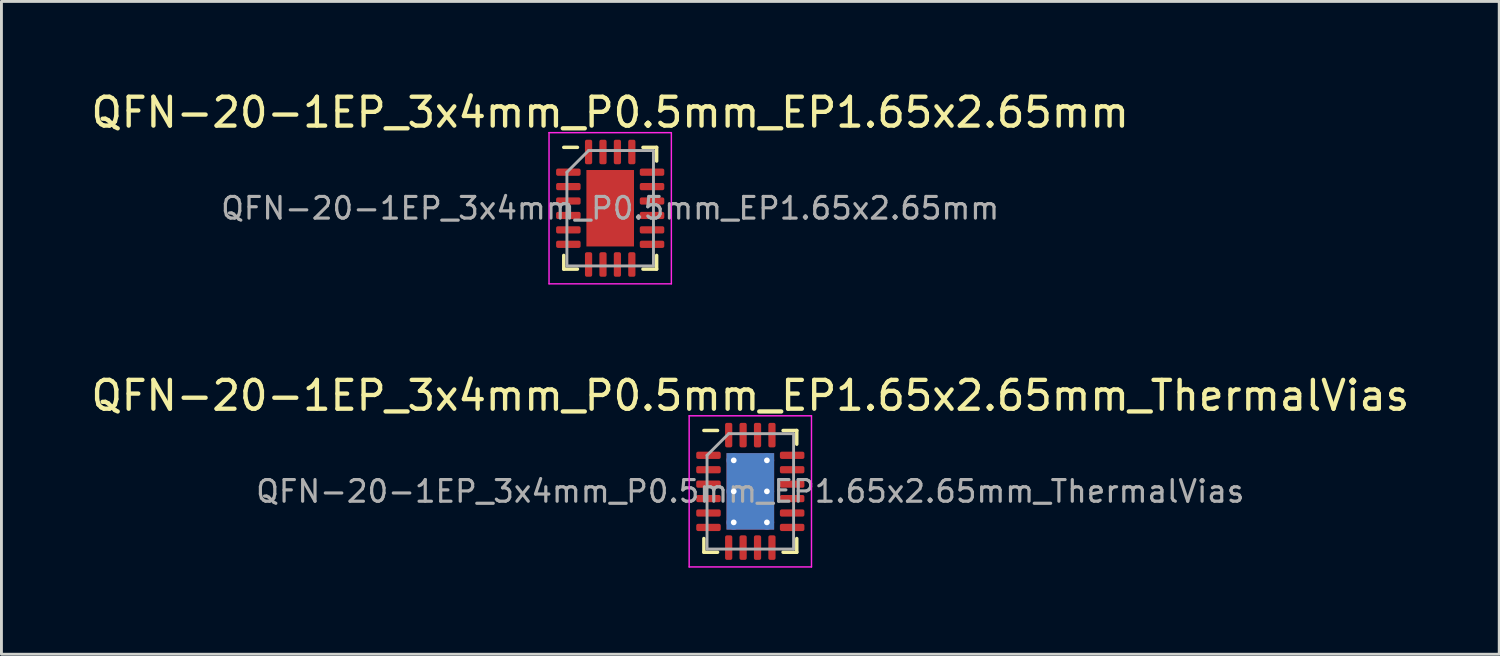
<source format=kicad_pcb>
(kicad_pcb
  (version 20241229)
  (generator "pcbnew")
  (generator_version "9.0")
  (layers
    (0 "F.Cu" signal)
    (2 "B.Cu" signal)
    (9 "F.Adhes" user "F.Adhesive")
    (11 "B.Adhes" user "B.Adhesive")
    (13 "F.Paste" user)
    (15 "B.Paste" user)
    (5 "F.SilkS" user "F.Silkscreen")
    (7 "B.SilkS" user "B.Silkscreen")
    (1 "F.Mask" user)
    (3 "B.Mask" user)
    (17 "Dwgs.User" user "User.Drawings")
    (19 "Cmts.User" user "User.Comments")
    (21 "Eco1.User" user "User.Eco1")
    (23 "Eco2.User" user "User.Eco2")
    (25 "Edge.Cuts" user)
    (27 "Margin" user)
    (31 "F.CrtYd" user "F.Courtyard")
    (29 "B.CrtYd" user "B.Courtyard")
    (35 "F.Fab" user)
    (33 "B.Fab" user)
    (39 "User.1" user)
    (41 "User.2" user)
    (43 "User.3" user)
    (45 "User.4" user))
  (footprint "QFN-20-1EP_3x4mm_P0.5mm_EP1.65x2.65mm_ThermalVias"
    (layer "F.Cu")
    (at 22.958 13.982)
    (property "Reference" "QFN-20-1EP_3x4mm_P0.5mm_EP1.65x2.65mm_ThermalVias" (at 0 -3.32 0) (layer "F.SilkS") (effects (font (size 1 1) (thickness 0.15))))
    (attr smd)
    (fp_line (start -1.61 2.11) (end -1.61 1.635) (stroke (width 0.12) (type solid)) (layer "F.SilkS"))
    (fp_line (start -1.135 -2.11) (end -1.61 -2.11) (stroke (width 0.12) (type solid)) (layer "F.SilkS"))
    (fp_line (start -1.135 2.11) (end -1.61 2.11) (stroke (width 0.12) (type solid)) (layer "F.SilkS"))
    (fp_line (start 1.135 -2.11) (end 1.61 -2.11) (stroke (width 0.12) (type solid)) (layer "F.SilkS"))
    (fp_line (start 1.135 2.11) (end 1.61 2.11) (stroke (width 0.12) (type solid)) (layer "F.SilkS"))
    (fp_line (start 1.61 -2.11) (end 1.61 -1.635) (stroke (width 0.12) (type solid)) (layer "F.SilkS"))
    (fp_line (start 1.61 2.11) (end 1.61 1.635) (stroke (width 0.12) (type solid)) (layer "F.SilkS"))
    (fp_line (start -2.12 -2.62) (end -2.12 2.62) (stroke (width 0.05) (type solid)) (layer "F.CrtYd"))
    (fp_line (start -2.12 2.62) (end 2.12 2.62) (stroke (width 0.05) (type solid)) (layer "F.CrtYd"))
    (fp_line (start 2.12 -2.62) (end -2.12 -2.62) (stroke (width 0.05) (type solid)) (layer "F.CrtYd"))
    (fp_line (start 2.12 2.62) (end 2.12 -2.62) (stroke (width 0.05) (type solid)) (layer "F.CrtYd"))
    (fp_line (start -1.5 -1.25) (end -0.75 -2) (stroke (width 0.1) (type solid)) (layer "F.Fab"))
    (fp_line (start -1.5 2) (end -1.5 -1.25) (stroke (width 0.1) (type solid)) (layer "F.Fab"))
    (fp_line (start -0.75 -2) (end 1.5 -2) (stroke (width 0.1) (type solid)) (layer "F.Fab"))
    (fp_line (start 1.5 -2) (end 1.5 2) (stroke (width 0.1) (type solid)) (layer "F.Fab"))
    (fp_line (start 1.5 2) (end -1.5 2) (stroke (width 0.1) (type solid)) (layer "F.Fab"))
    (fp_text user "${REFERENCE}" (at 0 0 0) (layer "F.Fab") (effects (font (size 0.75 0.75) (thickness 0.11))))
    (pad "" smd roundrect (at -0.41 -0.66) (size 0.71 1.15) (layers "F.Paste") (roundrect_rratio 0.25))
    (pad "" smd roundrect (at -0.41 0.66) (size 0.71 1.15) (layers "F.Paste") (roundrect_rratio 0.25))
    (pad "" smd roundrect (at 0.41 -0.66) (size 0.71 1.15) (layers "F.Paste") (roundrect_rratio 0.25))
    (pad "" smd roundrect (at 0.41 0.66) (size 0.71 1.15) (layers "F.Paste") (roundrect_rratio 0.25))
    (pad "1" smd roundrect (at -1.45 -1.25) (size 0.85 0.25) (layers "F.Cu" "F.Mask" "F.Paste") (roundrect_rratio 0.25))
    (pad "2" smd roundrect (at -1.45 -0.75) (size 0.85 0.25) (layers "F.Cu" "F.Mask" "F.Paste") (roundrect_rratio 0.25))
    (pad "3" smd roundrect (at -1.45 -0.25) (size 0.85 0.25) (layers "F.Cu" "F.Mask" "F.Paste") (roundrect_rratio 0.25))
    (pad "4" smd roundrect (at -1.45 0.25) (size 0.85 0.25) (layers "F.Cu" "F.Mask" "F.Paste") (roundrect_rratio 0.25))
    (pad "5" smd roundrect (at -1.45 0.75) (size 0.85 0.25) (layers "F.Cu" "F.Mask" "F.Paste") (roundrect_rratio 0.25))
    (pad "6" smd roundrect (at -1.45 1.25) (size 0.85 0.25) (layers "F.Cu" "F.Mask" "F.Paste") (roundrect_rratio 0.25))
    (pad "7" smd roundrect (at -0.75 1.95) (size 0.25 0.85) (layers "F.Cu" "F.Mask" "F.Paste") (roundrect_rratio 0.25))
    (pad "8" smd roundrect (at -0.25 1.95) (size 0.25 0.85) (layers "F.Cu" "F.Mask" "F.Paste") (roundrect_rratio 0.25))
    (pad "9" smd roundrect (at 0.25 1.95) (size 0.25 0.85) (layers "F.Cu" "F.Mask" "F.Paste") (roundrect_rratio 0.25))
    (pad "10" smd roundrect (at 0.75 1.95) (size 0.25 0.85) (layers "F.Cu" "F.Mask" "F.Paste") (roundrect_rratio 0.25))
    (pad "11" smd roundrect (at 1.45 1.25) (size 0.85 0.25) (layers "F.Cu" "F.Mask" "F.Paste") (roundrect_rratio 0.25))
    (pad "12" smd roundrect (at 1.45 0.75) (size 0.85 0.25) (layers "F.Cu" "F.Mask" "F.Paste") (roundrect_rratio 0.25))
    (pad "13" smd roundrect (at 1.45 0.25) (size 0.85 0.25) (layers "F.Cu" "F.Mask" "F.Paste") (roundrect_rratio 0.25))
    (pad "14" smd roundrect (at 1.45 -0.25) (size 0.85 0.25) (layers "F.Cu" "F.Mask" "F.Paste") (roundrect_rratio 0.25))
    (pad "15" smd roundrect (at 1.45 -0.75) (size 0.85 0.25) (layers "F.Cu" "F.Mask" "F.Paste") (roundrect_rratio 0.25))
    (pad "16" smd roundrect (at 1.45 -1.25) (size 0.85 0.25) (layers "F.Cu" "F.Mask" "F.Paste") (roundrect_rratio 0.25))
    (pad "17" smd roundrect (at 0.75 -1.95) (size 0.25 0.85) (layers "F.Cu" "F.Mask" "F.Paste") (roundrect_rratio 0.25))
    (pad "18" smd roundrect (at 0.25 -1.95) (size 0.25 0.85) (layers "F.Cu" "F.Mask" "F.Paste") (roundrect_rratio 0.25))
    (pad "19" smd roundrect (at -0.25 -1.95) (size 0.25 0.85) (layers "F.Cu" "F.Mask" "F.Paste") (roundrect_rratio 0.25))
    (pad "20" smd roundrect (at -0.75 -1.95) (size 0.25 0.85) (layers "F.Cu" "F.Mask" "F.Paste") (roundrect_rratio 0.25))
    (pad "21" thru_hole circle (at -0.575 -1.075) (size 0.5 0.5) (drill 0.2) (layers "*.Cu"))
    (pad "21" thru_hole circle (at -0.575 0) (size 0.5 0.5) (drill 0.2) (layers "*.Cu"))
    (pad "21" thru_hole circle (at -0.575 1.075) (size 0.5 0.5) (drill 0.2) (layers "*.Cu"))
    (pad "21" smd rect (at 0 0) (size 1.65 2.65) (layers "F.Cu" "F.Mask"))
    (pad "21" smd rect (at 0 0) (size 1.65 2.65) (layers "B.Cu"))
    (pad "21" thru_hole circle (at 0.575 -1.075) (size 0.5 0.5) (drill 0.2) (layers "*.Cu"))
    (pad "21" thru_hole circle (at 0.575 0) (size 0.5 0.5) (drill 0.2) (layers "*.Cu"))
    (pad "21" thru_hole circle (at 0.575 1.075) (size 0.5 0.5) (drill 0.2) (layers "*.Cu")))
  (footprint "QFN-20-1EP_3x4mm_P0.5mm_EP1.65x2.65mm"
    (layer "F.Cu")
    (at 18.101 4.168)
    (property "Reference" "QFN-20-1EP_3x4mm_P0.5mm_EP1.65x2.65mm" (at 0 -3.32 0) (layer "F.SilkS") (effects (font (size 1 1) (thickness 0.15))))
    (attr smd)
    (fp_line (start -1.61 2.11) (end -1.61 1.635) (stroke (width 0.12) (type solid)) (layer "F.SilkS"))
    (fp_line (start -1.135 -2.11) (end -1.61 -2.11) (stroke (width 0.12) (type solid)) (layer "F.SilkS"))
    (fp_line (start -1.135 2.11) (end -1.61 2.11) (stroke (width 0.12) (type solid)) (layer "F.SilkS"))
    (fp_line (start 1.135 -2.11) (end 1.61 -2.11) (stroke (width 0.12) (type solid)) (layer "F.SilkS"))
    (fp_line (start 1.135 2.11) (end 1.61 2.11) (stroke (width 0.12) (type solid)) (layer "F.SilkS"))
    (fp_line (start 1.61 -2.11) (end 1.61 -1.635) (stroke (width 0.12) (type solid)) (layer "F.SilkS"))
    (fp_line (start 1.61 2.11) (end 1.61 1.635) (stroke (width 0.12) (type solid)) (layer "F.SilkS"))
    (fp_line (start -2.12 -2.62) (end -2.12 2.62) (stroke (width 0.05) (type solid)) (layer "F.CrtYd"))
    (fp_line (start -2.12 2.62) (end 2.12 2.62) (stroke (width 0.05) (type solid)) (layer "F.CrtYd"))
    (fp_line (start 2.12 -2.62) (end -2.12 -2.62) (stroke (width 0.05) (type solid)) (layer "F.CrtYd"))
    (fp_line (start 2.12 2.62) (end 2.12 -2.62) (stroke (width 0.05) (type solid)) (layer "F.CrtYd"))
    (fp_line (start -1.5 -1.25) (end -0.75 -2) (stroke (width 0.1) (type solid)) (layer "F.Fab"))
    (fp_line (start -1.5 2) (end -1.5 -1.25) (stroke (width 0.1) (type solid)) (layer "F.Fab"))
    (fp_line (start -0.75 -2) (end 1.5 -2) (stroke (width 0.1) (type solid)) (layer "F.Fab"))
    (fp_line (start 1.5 -2) (end 1.5 2) (stroke (width 0.1) (type solid)) (layer "F.Fab"))
    (fp_line (start 1.5 2) (end -1.5 2) (stroke (width 0.1) (type solid)) (layer "F.Fab"))
    (fp_text user "${REFERENCE}" (at 0 0 0) (layer "F.Fab") (effects (font (size 0.75 0.75) (thickness 0.11))))
    (pad "" smd roundrect (at -0.41 -0.66) (size 0.67 1.07) (layers "F.Paste") (roundrect_rratio 0.25))
    (pad "" smd roundrect (at -0.41 0.66) (size 0.67 1.07) (layers "F.Paste") (roundrect_rratio 0.25))
    (pad "" smd roundrect (at 0.41 -0.66) (size 0.67 1.07) (layers "F.Paste") (roundrect_rratio 0.25))
    (pad "" smd roundrect (at 0.41 0.66) (size 0.67 1.07) (layers "F.Paste") (roundrect_rratio 0.25))
    (pad "1" smd roundrect (at -1.45 -1.25) (size 0.85 0.25) (layers "F.Cu" "F.Mask" "F.Paste") (roundrect_rratio 0.25))
    (pad "2" smd roundrect (at -1.45 -0.75) (size 0.85 0.25) (layers "F.Cu" "F.Mask" "F.Paste") (roundrect_rratio 0.25))
    (pad "3" smd roundrect (at -1.45 -0.25) (size 0.85 0.25) (layers "F.Cu" "F.Mask" "F.Paste") (roundrect_rratio 0.25))
    (pad "4" smd roundrect (at -1.45 0.25) (size 0.85 0.25) (layers "F.Cu" "F.Mask" "F.Paste") (roundrect_rratio 0.25))
    (pad "5" smd roundrect (at -1.45 0.75) (size 0.85 0.25) (layers "F.Cu" "F.Mask" "F.Paste") (roundrect_rratio 0.25))
    (pad "6" smd roundrect (at -1.45 1.25) (size 0.85 0.25) (layers "F.Cu" "F.Mask" "F.Paste") (roundrect_rratio 0.25))
    (pad "7" smd roundrect (at -0.75 1.95) (size 0.25 0.85) (layers "F.Cu" "F.Mask" "F.Paste") (roundrect_rratio 0.25))
    (pad "8" smd roundrect (at -0.25 1.95) (size 0.25 0.85) (layers "F.Cu" "F.Mask" "F.Paste") (roundrect_rratio 0.25))
    (pad "9" smd roundrect (at 0.25 1.95) (size 0.25 0.85) (layers "F.Cu" "F.Mask" "F.Paste") (roundrect_rratio 0.25))
    (pad "10" smd roundrect (at 0.75 1.95) (size 0.25 0.85) (layers "F.Cu" "F.Mask" "F.Paste") (roundrect_rratio 0.25))
    (pad "11" smd roundrect (at 1.45 1.25) (size 0.85 0.25) (layers "F.Cu" "F.Mask" "F.Paste") (roundrect_rratio 0.25))
    (pad "12" smd roundrect (at 1.45 0.75) (size 0.85 0.25) (layers "F.Cu" "F.Mask" "F.Paste") (roundrect_rratio 0.25))
    (pad "13" smd roundrect (at 1.45 0.25) (size 0.85 0.25) (layers "F.Cu" "F.Mask" "F.Paste") (roundrect_rratio 0.25))
    (pad "14" smd roundrect (at 1.45 -0.25) (size 0.85 0.25) (layers "F.Cu" "F.Mask" "F.Paste") (roundrect_rratio 0.25))
    (pad "15" smd roundrect (at 1.45 -0.75) (size 0.85 0.25) (layers "F.Cu" "F.Mask" "F.Paste") (roundrect_rratio 0.25))
    (pad "16" smd roundrect (at 1.45 -1.25) (size 0.85 0.25) (layers "F.Cu" "F.Mask" "F.Paste") (roundrect_rratio 0.25))
    (pad "17" smd roundrect (at 0.75 -1.95) (size 0.25 0.85) (layers "F.Cu" "F.Mask" "F.Paste") (roundrect_rratio 0.25))
    (pad "18" smd roundrect (at 0.25 -1.95) (size 0.25 0.85) (layers "F.Cu" "F.Mask" "F.Paste") (roundrect_rratio 0.25))
    (pad "19" smd roundrect (at -0.25 -1.95) (size 0.25 0.85) (layers "F.Cu" "F.Mask" "F.Paste") (roundrect_rratio 0.25))
    (pad "20" smd roundrect (at -0.75 -1.95) (size 0.25 0.85) (layers "F.Cu" "F.Mask" "F.Paste") (roundrect_rratio 0.25))
    (pad "21" smd rect (at 0 0) (size 1.65 2.65) (layers "F.Cu" "F.Mask")))
  (gr_rect
    (start -3 -3)
    (end 48.917 19.627)
    (stroke (width 0.1) (type default))
    (fill no)
    (layer "Edge.Cuts")))
</source>
